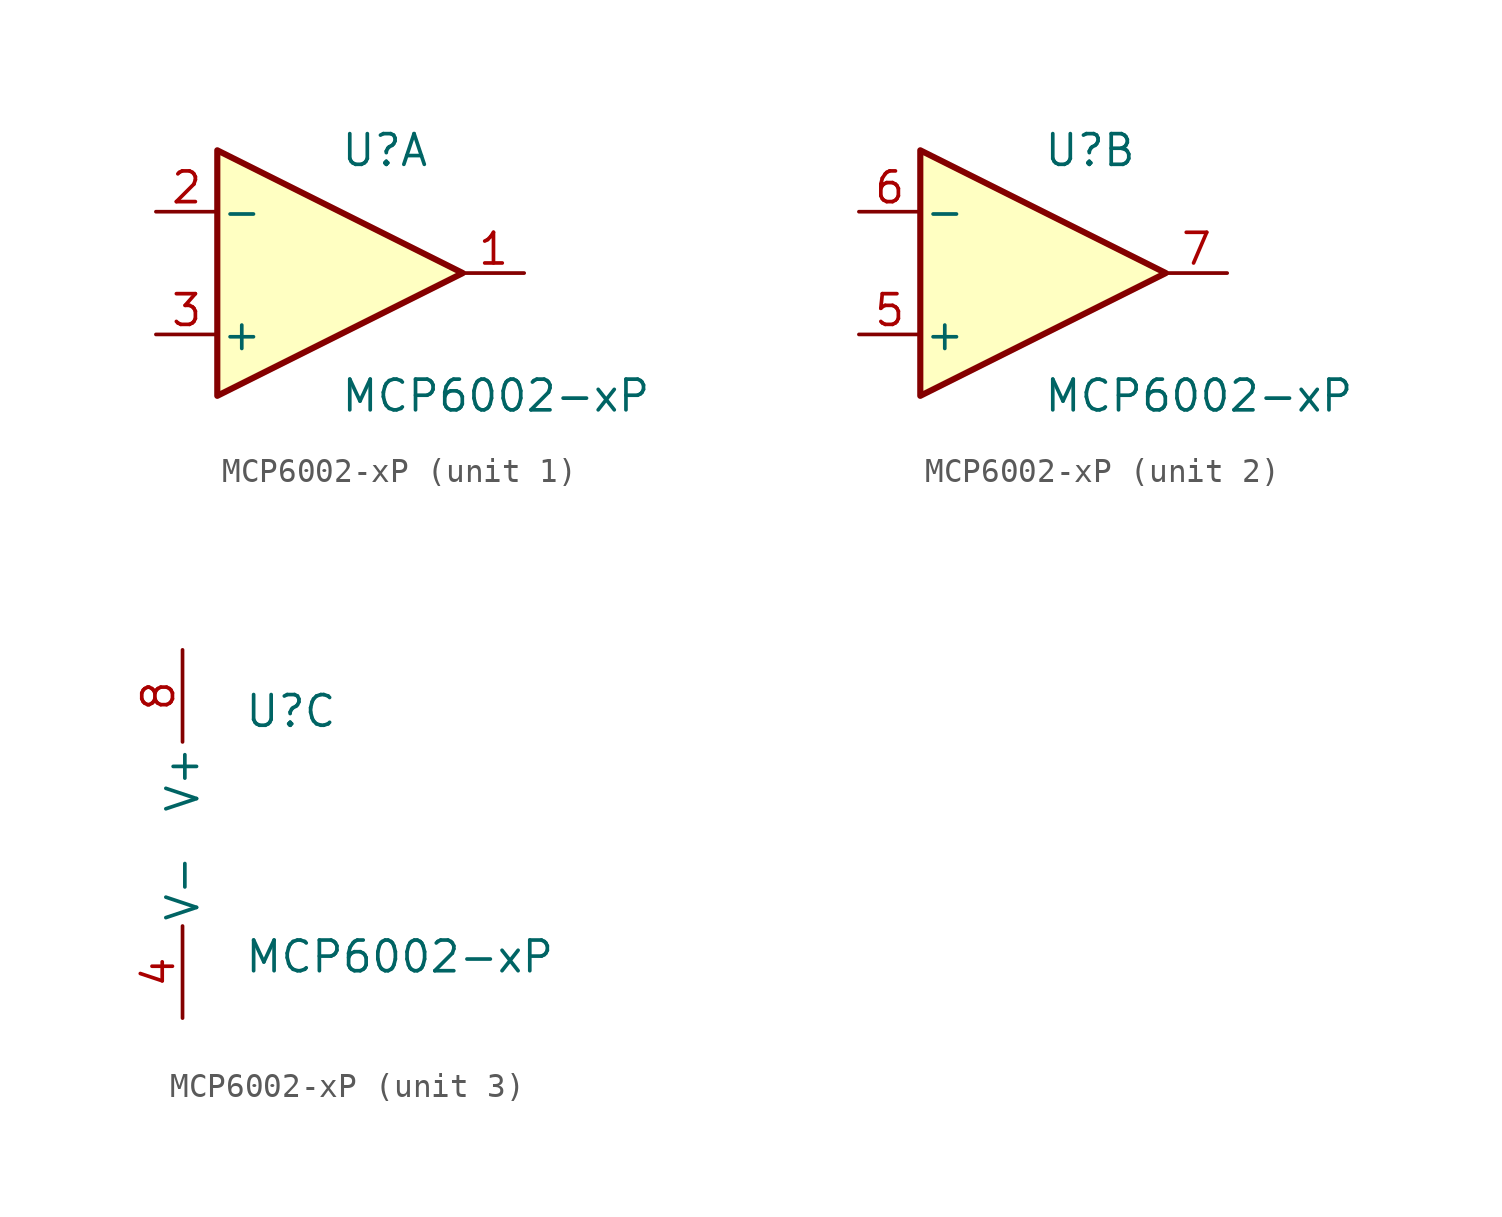
<source format=kicad_sym>
(kicad_symbol_lib
  (version 20211014)
  (generator kicad_symbol_editor)
  (symbol "MCP6002-xP"
    (pin_names
      (offset 0.127))
    (property "Reference" "U"
      (at 0 5.08 0)
      (effects (font (size 1.27 1.27)) (justify left)))
    (property "Value" "MCP6002-xP"
      (at 0 -5.08 0)
      (effects (font (size 1.27 1.27)) (justify left)))
    (property "ki_locked" ""
      (at 0 0 0)
      (effects (font (size 1.27 1.27))))
    (symbol "MCP6002-xP_1_1"
      (polyline (pts (xy -5.08 -5.08) (xy 5.08 0) (xy -5.08 5.08) (xy -5.08 -5.08)) (stroke (width 0.254) (type default) (color 0 0 0 0)) (fill (type background)))
      (pin output line (at 7.62 0 180) (length 2.54) (name "~" (effects (font (size 1.27 1.27)))) (number "1" (effects (font (size 1.27 1.27)))))
      (pin input line (at -7.62 2.54 0) (length 2.54) (name "-" (effects (font (size 1.27 1.27)))) (number "2" (effects (font (size 1.27 1.27)))))
      (pin input line (at -7.62 -2.54 0) (length 2.54) (name "+" (effects (font (size 1.27 1.27)))) (number "3" (effects (font (size 1.27 1.27))))))
    (symbol "MCP6002-xP_2_1"
      (polyline (pts (xy -5.08 -5.08) (xy 5.08 0) (xy -5.08 5.08) (xy -5.08 -5.08)) (stroke (width 0.254) (type default) (color 0 0 0 0)) (fill (type background)))
      (pin input line (at -7.62 -2.54 0) (length 2.54) (name "+" (effects (font (size 1.27 1.27)))) (number "5" (effects (font (size 1.27 1.27)))))
      (pin input line (at -7.62 2.54 0) (length 2.54) (name "-" (effects (font (size 1.27 1.27)))) (number "6" (effects (font (size 1.27 1.27)))))
      (pin output line (at 7.62 0 180) (length 2.54) (name "~" (effects (font (size 1.27 1.27)))) (number "7" (effects (font (size 1.27 1.27))))))
    (symbol "MCP6002-xP_3_1"
      (pin power_in line (at -2.54 -7.62 90) (length 3.81) (name "V-" (effects (font (size 1.27 1.27)))) (number "4" (effects (font (size 1.27 1.27)))))
      (pin power_in line (at -2.54 7.62 270) (length 3.81) (name "V+" (effects (font (size 1.27 1.27)))) (number "8" (effects (font (size 1.27 1.27))))))))
</source>
